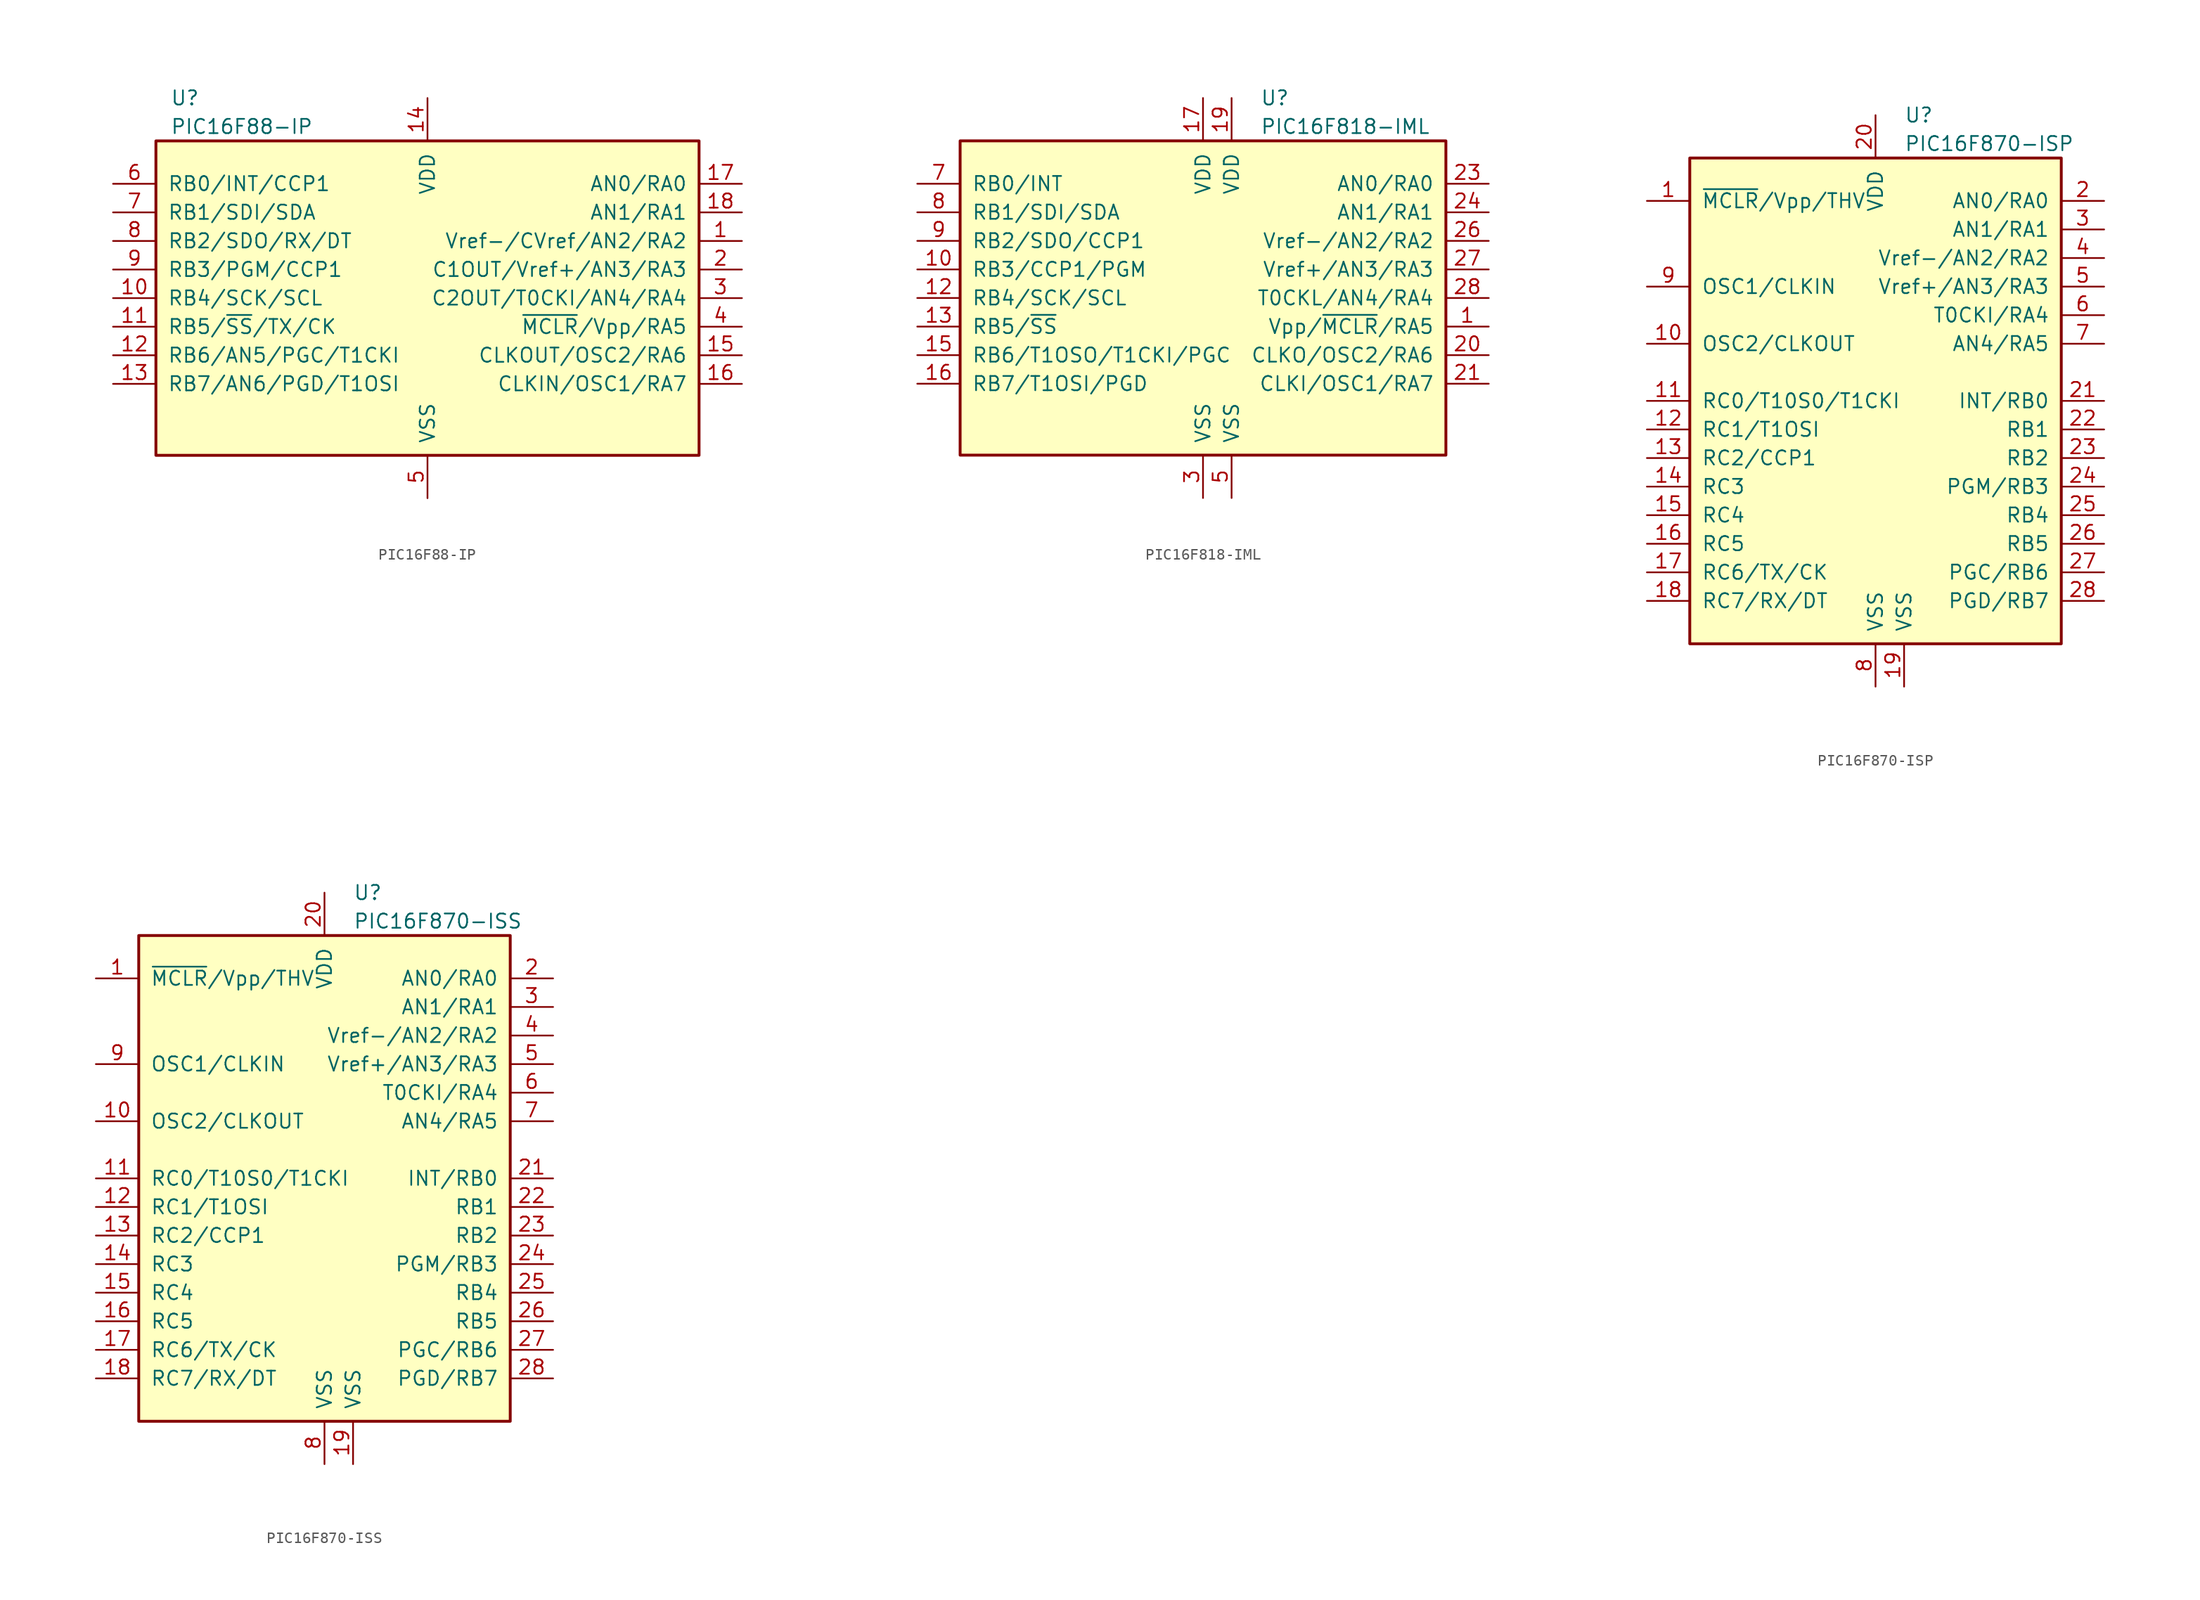
<source format=kicad_sym>
(kicad_symbol_lib
  (version 20211014)
  (generator kicad_symbol_editor)
  (symbol "PIC16F88-IP"
    (pin_names
      (offset 1.016))
    (property "Reference" "U"
      (at -22.86 17.78 0)
      (effects (font (size 1.27 1.27)) (justify left)))
    (property "Value" "PIC16F88-IP"
      (at -22.86 15.24 0)
      (effects (font (size 1.27 1.27)) (justify left)))
    (symbol "PIC16F88-IP_0_1"
      (rectangle (start 24.13 13.97) (end -24.13 -13.97) (stroke (width 0.254) (type default) (color 0 0 0 0)) (fill (type background))))
    (symbol "PIC16F88-IP_1_1"
      (pin bidirectional line (at 27.94 5.08 180) (length 3.81) (name "Vref-/CVref/AN2/RA2" (effects (font (size 1.27 1.27)))) (number "1" (effects (font (size 1.27 1.27)))))
      (pin bidirectional line (at -27.94 0 0) (length 3.81) (name "RB4/SCK/SCL" (effects (font (size 1.27 1.27)))) (number "10" (effects (font (size 1.27 1.27)))))
      (pin bidirectional line (at -27.94 -2.54 0) (length 3.81) (name "RB5/~{SS}/TX/CK" (effects (font (size 1.27 1.27)))) (number "11" (effects (font (size 1.27 1.27)))))
      (pin bidirectional line (at -27.94 -5.08 0) (length 3.81) (name "RB6/AN5/PGC/T1CKI" (effects (font (size 1.27 1.27)))) (number "12" (effects (font (size 1.27 1.27)))))
      (pin bidirectional line (at -27.94 -7.62 0) (length 3.81) (name "RB7/AN6/PGD/T1OSI" (effects (font (size 1.27 1.27)))) (number "13" (effects (font (size 1.27 1.27)))))
      (pin power_in line (at 0 17.78 270) (length 3.81) (name "VDD" (effects (font (size 1.27 1.27)))) (number "14" (effects (font (size 1.27 1.27)))))
      (pin bidirectional line (at 27.94 -5.08 180) (length 3.81) (name "CLKOUT/OSC2/RA6" (effects (font (size 1.27 1.27)))) (number "15" (effects (font (size 1.27 1.27)))))
      (pin bidirectional line (at 27.94 -7.62 180) (length 3.81) (name "CLKIN/OSC1/RA7" (effects (font (size 1.27 1.27)))) (number "16" (effects (font (size 1.27 1.27)))))
      (pin bidirectional line (at 27.94 10.16 180) (length 3.81) (name "AN0/RA0" (effects (font (size 1.27 1.27)))) (number "17" (effects (font (size 1.27 1.27)))))
      (pin bidirectional line (at 27.94 7.62 180) (length 3.81) (name "AN1/RA1" (effects (font (size 1.27 1.27)))) (number "18" (effects (font (size 1.27 1.27)))))
      (pin bidirectional line (at 27.94 2.54 180) (length 3.81) (name "C1OUT/Vref+/AN3/RA3" (effects (font (size 1.27 1.27)))) (number "2" (effects (font (size 1.27 1.27)))))
      (pin bidirectional line (at 27.94 0 180) (length 3.81) (name "C2OUT/T0CKI/AN4/RA4" (effects (font (size 1.27 1.27)))) (number "3" (effects (font (size 1.27 1.27)))))
      (pin input line (at 27.94 -2.54 180) (length 3.81) (name "~{MCLR}/Vpp/RA5" (effects (font (size 1.27 1.27)))) (number "4" (effects (font (size 1.27 1.27)))))
      (pin power_in line (at 0 -17.78 90) (length 3.81) (name "VSS" (effects (font (size 1.27 1.27)))) (number "5" (effects (font (size 1.27 1.27)))))
      (pin bidirectional line (at -27.94 10.16 0) (length 3.81) (name "RB0/INT/CCP1" (effects (font (size 1.27 1.27)))) (number "6" (effects (font (size 1.27 1.27)))))
      (pin bidirectional line (at -27.94 7.62 0) (length 3.81) (name "RB1/SDI/SDA" (effects (font (size 1.27 1.27)))) (number "7" (effects (font (size 1.27 1.27)))))
      (pin bidirectional line (at -27.94 5.08 0) (length 3.81) (name "RB2/SDO/RX/DT" (effects (font (size 1.27 1.27)))) (number "8" (effects (font (size 1.27 1.27)))))
      (pin bidirectional line (at -27.94 2.54 0) (length 3.81) (name "RB3/PGM/CCP1" (effects (font (size 1.27 1.27)))) (number "9" (effects (font (size 1.27 1.27)))))))
  (symbol "PIC16F818-IML"
    (pin_names
      (offset 1.016))
    (property "Reference" "U"
      (at 5.08 17.78 0)
      (effects (font (size 1.27 1.27)) (justify left)))
    (property "Value" "PIC16F818-IML"
      (at 5.08 15.24 0)
      (effects (font (size 1.27 1.27)) (justify left)))
    (symbol "PIC16F818-IML_0_1"
      (rectangle (start -21.59 13.97) (end 21.59 -13.97) (stroke (width 0.254) (type default) (color 0 0 0 0)) (fill (type background))))
    (symbol "PIC16F818-IML_1_1"
      (pin input line (at 25.4 -2.54 180) (length 3.81) (name "Vpp/~{MCLR}/RA5" (effects (font (size 1.27 1.27)))) (number "1" (effects (font (size 1.27 1.27)))))
      (pin bidirectional line (at -25.4 2.54 0) (length 3.81) (name "RB3/CCP1/PGM" (effects (font (size 1.27 1.27)))) (number "10" (effects (font (size 1.27 1.27)))))
      (pin bidirectional line (at -25.4 0 0) (length 3.81) (name "RB4/SCK/SCL" (effects (font (size 1.27 1.27)))) (number "12" (effects (font (size 1.27 1.27)))))
      (pin bidirectional line (at -25.4 -2.54 0) (length 3.81) (name "RB5/~{SS}" (effects (font (size 1.27 1.27)))) (number "13" (effects (font (size 1.27 1.27)))))
      (pin bidirectional line (at -25.4 -5.08 0) (length 3.81) (name "RB6/T1OSO/T1CKI/PGC" (effects (font (size 1.27 1.27)))) (number "15" (effects (font (size 1.27 1.27)))))
      (pin bidirectional line (at -25.4 -7.62 0) (length 3.81) (name "RB7/T1OSI/PGD" (effects (font (size 1.27 1.27)))) (number "16" (effects (font (size 1.27 1.27)))))
      (pin power_in line (at 0 17.78 270) (length 3.81) (name "VDD" (effects (font (size 1.27 1.27)))) (number "17" (effects (font (size 1.27 1.27)))))
      (pin power_in line (at 2.54 17.78 270) (length 3.81) (name "VDD" (effects (font (size 1.27 1.27)))) (number "19" (effects (font (size 1.27 1.27)))))
      (pin bidirectional line (at 25.4 -5.08 180) (length 3.81) (name "CLKO/OSC2/RA6" (effects (font (size 1.27 1.27)))) (number "20" (effects (font (size 1.27 1.27)))))
      (pin bidirectional line (at 25.4 -7.62 180) (length 3.81) (name "CLKI/OSC1/RA7" (effects (font (size 1.27 1.27)))) (number "21" (effects (font (size 1.27 1.27)))))
      (pin bidirectional line (at 25.4 10.16 180) (length 3.81) (name "AN0/RA0" (effects (font (size 1.27 1.27)))) (number "23" (effects (font (size 1.27 1.27)))))
      (pin bidirectional line (at 25.4 7.62 180) (length 3.81) (name "AN1/RA1" (effects (font (size 1.27 1.27)))) (number "24" (effects (font (size 1.27 1.27)))))
      (pin bidirectional line (at 25.4 5.08 180) (length 3.81) (name "Vref-/AN2/RA2" (effects (font (size 1.27 1.27)))) (number "26" (effects (font (size 1.27 1.27)))))
      (pin bidirectional line (at 25.4 2.54 180) (length 3.81) (name "Vref+/AN3/RA3" (effects (font (size 1.27 1.27)))) (number "27" (effects (font (size 1.27 1.27)))))
      (pin bidirectional line (at 25.4 0 180) (length 3.81) (name "T0CKL/AN4/RA4" (effects (font (size 1.27 1.27)))) (number "28" (effects (font (size 1.27 1.27)))))
      (pin power_in line (at 0 -17.78 90) (length 3.81) (name "VSS" (effects (font (size 1.27 1.27)))) (number "3" (effects (font (size 1.27 1.27)))))
      (pin power_in line (at 2.54 -17.78 90) (length 3.81) (name "VSS" (effects (font (size 1.27 1.27)))) (number "5" (effects (font (size 1.27 1.27)))))
      (pin bidirectional line (at -25.4 10.16 0) (length 3.81) (name "RB0/INT" (effects (font (size 1.27 1.27)))) (number "7" (effects (font (size 1.27 1.27)))))
      (pin bidirectional line (at -25.4 7.62 0) (length 3.81) (name "RB1/SDI/SDA" (effects (font (size 1.27 1.27)))) (number "8" (effects (font (size 1.27 1.27)))))
      (pin bidirectional line (at -25.4 5.08 0) (length 3.81) (name "RB2/SDO/CCP1" (effects (font (size 1.27 1.27)))) (number "9" (effects (font (size 1.27 1.27)))))))
  (symbol "PIC16F870-ISP"
    (pin_names
      (offset 1.016))
    (property "Reference" "U"
      (at 2.54 25.4 0)
      (effects (font (size 1.27 1.27)) (justify left)))
    (property "Value" "PIC16F870-ISP"
      (at 2.54 22.86 0)
      (effects (font (size 1.27 1.27)) (justify left)))
    (symbol "PIC16F870-ISP_0_1"
      (rectangle (start -16.51 -21.59) (end 16.51 21.59) (stroke (width 0.254) (type default) (color 0 0 0 0)) (fill (type background))))
    (symbol "PIC16F870-ISP_1_1"
      (pin input line (at -20.32 17.78 0) (length 3.81) (name "~{MCLR}/Vpp/THV" (effects (font (size 1.27 1.27)))) (number "1" (effects (font (size 1.27 1.27)))))
      (pin output line (at -20.32 5.08 0) (length 3.81) (name "OSC2/CLKOUT" (effects (font (size 1.27 1.27)))) (number "10" (effects (font (size 1.27 1.27)))))
      (pin bidirectional line (at -20.32 0 0) (length 3.81) (name "RC0/T10S0/T1CKI" (effects (font (size 1.27 1.27)))) (number "11" (effects (font (size 1.27 1.27)))))
      (pin bidirectional line (at -20.32 -2.54 0) (length 3.81) (name "RC1/T1OSI" (effects (font (size 1.27 1.27)))) (number "12" (effects (font (size 1.27 1.27)))))
      (pin bidirectional line (at -20.32 -5.08 0) (length 3.81) (name "RC2/CCP1" (effects (font (size 1.27 1.27)))) (number "13" (effects (font (size 1.27 1.27)))))
      (pin bidirectional line (at -20.32 -7.62 0) (length 3.81) (name "RC3" (effects (font (size 1.27 1.27)))) (number "14" (effects (font (size 1.27 1.27)))))
      (pin bidirectional line (at -20.32 -10.16 0) (length 3.81) (name "RC4" (effects (font (size 1.27 1.27)))) (number "15" (effects (font (size 1.27 1.27)))))
      (pin bidirectional line (at -20.32 -12.7 0) (length 3.81) (name "RC5" (effects (font (size 1.27 1.27)))) (number "16" (effects (font (size 1.27 1.27)))))
      (pin bidirectional line (at -20.32 -15.24 0) (length 3.81) (name "RC6/TX/CK" (effects (font (size 1.27 1.27)))) (number "17" (effects (font (size 1.27 1.27)))))
      (pin bidirectional line (at -20.32 -17.78 0) (length 3.81) (name "RC7/RX/DT" (effects (font (size 1.27 1.27)))) (number "18" (effects (font (size 1.27 1.27)))))
      (pin power_in line (at 2.54 -25.4 90) (length 3.81) (name "VSS" (effects (font (size 1.27 1.27)))) (number "19" (effects (font (size 1.27 1.27)))))
      (pin bidirectional line (at 20.32 17.78 180) (length 3.81) (name "AN0/RA0" (effects (font (size 1.27 1.27)))) (number "2" (effects (font (size 1.27 1.27)))))
      (pin power_in line (at 0 25.4 270) (length 3.81) (name "VDD" (effects (font (size 1.27 1.27)))) (number "20" (effects (font (size 1.27 1.27)))))
      (pin bidirectional line (at 20.32 0 180) (length 3.81) (name "INT/RB0" (effects (font (size 1.27 1.27)))) (number "21" (effects (font (size 1.27 1.27)))))
      (pin bidirectional line (at 20.32 -2.54 180) (length 3.81) (name "RB1" (effects (font (size 1.27 1.27)))) (number "22" (effects (font (size 1.27 1.27)))))
      (pin bidirectional line (at 20.32 -5.08 180) (length 3.81) (name "RB2" (effects (font (size 1.27 1.27)))) (number "23" (effects (font (size 1.27 1.27)))))
      (pin bidirectional line (at 20.32 -7.62 180) (length 3.81) (name "PGM/RB3" (effects (font (size 1.27 1.27)))) (number "24" (effects (font (size 1.27 1.27)))))
      (pin bidirectional line (at 20.32 -10.16 180) (length 3.81) (name "RB4" (effects (font (size 1.27 1.27)))) (number "25" (effects (font (size 1.27 1.27)))))
      (pin bidirectional line (at 20.32 -12.7 180) (length 3.81) (name "RB5" (effects (font (size 1.27 1.27)))) (number "26" (effects (font (size 1.27 1.27)))))
      (pin bidirectional line (at 20.32 -15.24 180) (length 3.81) (name "PGC/RB6" (effects (font (size 1.27 1.27)))) (number "27" (effects (font (size 1.27 1.27)))))
      (pin bidirectional line (at 20.32 -17.78 180) (length 3.81) (name "PGD/RB7" (effects (font (size 1.27 1.27)))) (number "28" (effects (font (size 1.27 1.27)))))
      (pin bidirectional line (at 20.32 15.24 180) (length 3.81) (name "AN1/RA1" (effects (font (size 1.27 1.27)))) (number "3" (effects (font (size 1.27 1.27)))))
      (pin bidirectional line (at 20.32 12.7 180) (length 3.81) (name "Vref-/AN2/RA2" (effects (font (size 1.27 1.27)))) (number "4" (effects (font (size 1.27 1.27)))))
      (pin bidirectional line (at 20.32 10.16 180) (length 3.81) (name "Vref+/AN3/RA3" (effects (font (size 1.27 1.27)))) (number "5" (effects (font (size 1.27 1.27)))))
      (pin bidirectional line (at 20.32 7.62 180) (length 3.81) (name "T0CKI/RA4" (effects (font (size 1.27 1.27)))) (number "6" (effects (font (size 1.27 1.27)))))
      (pin bidirectional line (at 20.32 5.08 180) (length 3.81) (name "AN4/RA5" (effects (font (size 1.27 1.27)))) (number "7" (effects (font (size 1.27 1.27)))))
      (pin power_in line (at 0 -25.4 90) (length 3.81) (name "VSS" (effects (font (size 1.27 1.27)))) (number "8" (effects (font (size 1.27 1.27)))))
      (pin input line (at -20.32 10.16 0) (length 3.81) (name "OSC1/CLKIN" (effects (font (size 1.27 1.27)))) (number "9" (effects (font (size 1.27 1.27)))))))
  (symbol "PIC16F870-ISS"
    (pin_names
      (offset 1.016))
    (property "Reference" "U"
      (at 2.54 25.4 0)
      (effects (font (size 1.27 1.27)) (justify left)))
    (property "Value" "PIC16F870-ISS"
      (at 2.54 22.86 0)
      (effects (font (size 1.27 1.27)) (justify left)))
    (symbol "PIC16F870-ISS_0_1"
      (rectangle (start -16.51 -21.59) (end 16.51 21.59) (stroke (width 0.254) (type default) (color 0 0 0 0)) (fill (type background))))
    (symbol "PIC16F870-ISS_1_1"
      (pin input line (at -20.32 17.78 0) (length 3.81) (name "~{MCLR}/Vpp/THV" (effects (font (size 1.27 1.27)))) (number "1" (effects (font (size 1.27 1.27)))))
      (pin output line (at -20.32 5.08 0) (length 3.81) (name "OSC2/CLKOUT" (effects (font (size 1.27 1.27)))) (number "10" (effects (font (size 1.27 1.27)))))
      (pin bidirectional line (at -20.32 0 0) (length 3.81) (name "RC0/T10S0/T1CKI" (effects (font (size 1.27 1.27)))) (number "11" (effects (font (size 1.27 1.27)))))
      (pin bidirectional line (at -20.32 -2.54 0) (length 3.81) (name "RC1/T1OSI" (effects (font (size 1.27 1.27)))) (number "12" (effects (font (size 1.27 1.27)))))
      (pin bidirectional line (at -20.32 -5.08 0) (length 3.81) (name "RC2/CCP1" (effects (font (size 1.27 1.27)))) (number "13" (effects (font (size 1.27 1.27)))))
      (pin bidirectional line (at -20.32 -7.62 0) (length 3.81) (name "RC3" (effects (font (size 1.27 1.27)))) (number "14" (effects (font (size 1.27 1.27)))))
      (pin bidirectional line (at -20.32 -10.16 0) (length 3.81) (name "RC4" (effects (font (size 1.27 1.27)))) (number "15" (effects (font (size 1.27 1.27)))))
      (pin bidirectional line (at -20.32 -12.7 0) (length 3.81) (name "RC5" (effects (font (size 1.27 1.27)))) (number "16" (effects (font (size 1.27 1.27)))))
      (pin bidirectional line (at -20.32 -15.24 0) (length 3.81) (name "RC6/TX/CK" (effects (font (size 1.27 1.27)))) (number "17" (effects (font (size 1.27 1.27)))))
      (pin bidirectional line (at -20.32 -17.78 0) (length 3.81) (name "RC7/RX/DT" (effects (font (size 1.27 1.27)))) (number "18" (effects (font (size 1.27 1.27)))))
      (pin power_in line (at 2.54 -25.4 90) (length 3.81) (name "VSS" (effects (font (size 1.27 1.27)))) (number "19" (effects (font (size 1.27 1.27)))))
      (pin bidirectional line (at 20.32 17.78 180) (length 3.81) (name "AN0/RA0" (effects (font (size 1.27 1.27)))) (number "2" (effects (font (size 1.27 1.27)))))
      (pin power_in line (at 0 25.4 270) (length 3.81) (name "VDD" (effects (font (size 1.27 1.27)))) (number "20" (effects (font (size 1.27 1.27)))))
      (pin bidirectional line (at 20.32 0 180) (length 3.81) (name "INT/RB0" (effects (font (size 1.27 1.27)))) (number "21" (effects (font (size 1.27 1.27)))))
      (pin bidirectional line (at 20.32 -2.54 180) (length 3.81) (name "RB1" (effects (font (size 1.27 1.27)))) (number "22" (effects (font (size 1.27 1.27)))))
      (pin bidirectional line (at 20.32 -5.08 180) (length 3.81) (name "RB2" (effects (font (size 1.27 1.27)))) (number "23" (effects (font (size 1.27 1.27)))))
      (pin bidirectional line (at 20.32 -7.62 180) (length 3.81) (name "PGM/RB3" (effects (font (size 1.27 1.27)))) (number "24" (effects (font (size 1.27 1.27)))))
      (pin bidirectional line (at 20.32 -10.16 180) (length 3.81) (name "RB4" (effects (font (size 1.27 1.27)))) (number "25" (effects (font (size 1.27 1.27)))))
      (pin bidirectional line (at 20.32 -12.7 180) (length 3.81) (name "RB5" (effects (font (size 1.27 1.27)))) (number "26" (effects (font (size 1.27 1.27)))))
      (pin bidirectional line (at 20.32 -15.24 180) (length 3.81) (name "PGC/RB6" (effects (font (size 1.27 1.27)))) (number "27" (effects (font (size 1.27 1.27)))))
      (pin bidirectional line (at 20.32 -17.78 180) (length 3.81) (name "PGD/RB7" (effects (font (size 1.27 1.27)))) (number "28" (effects (font (size 1.27 1.27)))))
      (pin bidirectional line (at 20.32 15.24 180) (length 3.81) (name "AN1/RA1" (effects (font (size 1.27 1.27)))) (number "3" (effects (font (size 1.27 1.27)))))
      (pin bidirectional line (at 20.32 12.7 180) (length 3.81) (name "Vref-/AN2/RA2" (effects (font (size 1.27 1.27)))) (number "4" (effects (font (size 1.27 1.27)))))
      (pin bidirectional line (at 20.32 10.16 180) (length 3.81) (name "Vref+/AN3/RA3" (effects (font (size 1.27 1.27)))) (number "5" (effects (font (size 1.27 1.27)))))
      (pin bidirectional line (at 20.32 7.62 180) (length 3.81) (name "T0CKI/RA4" (effects (font (size 1.27 1.27)))) (number "6" (effects (font (size 1.27 1.27)))))
      (pin bidirectional line (at 20.32 5.08 180) (length 3.81) (name "AN4/RA5" (effects (font (size 1.27 1.27)))) (number "7" (effects (font (size 1.27 1.27)))))
      (pin power_in line (at 0 -25.4 90) (length 3.81) (name "VSS" (effects (font (size 1.27 1.27)))) (number "8" (effects (font (size 1.27 1.27)))))
      (pin input line (at -20.32 10.16 0) (length 3.81) (name "OSC1/CLKIN" (effects (font (size 1.27 1.27)))) (number "9" (effects (font (size 1.27 1.27))))))))
</source>
